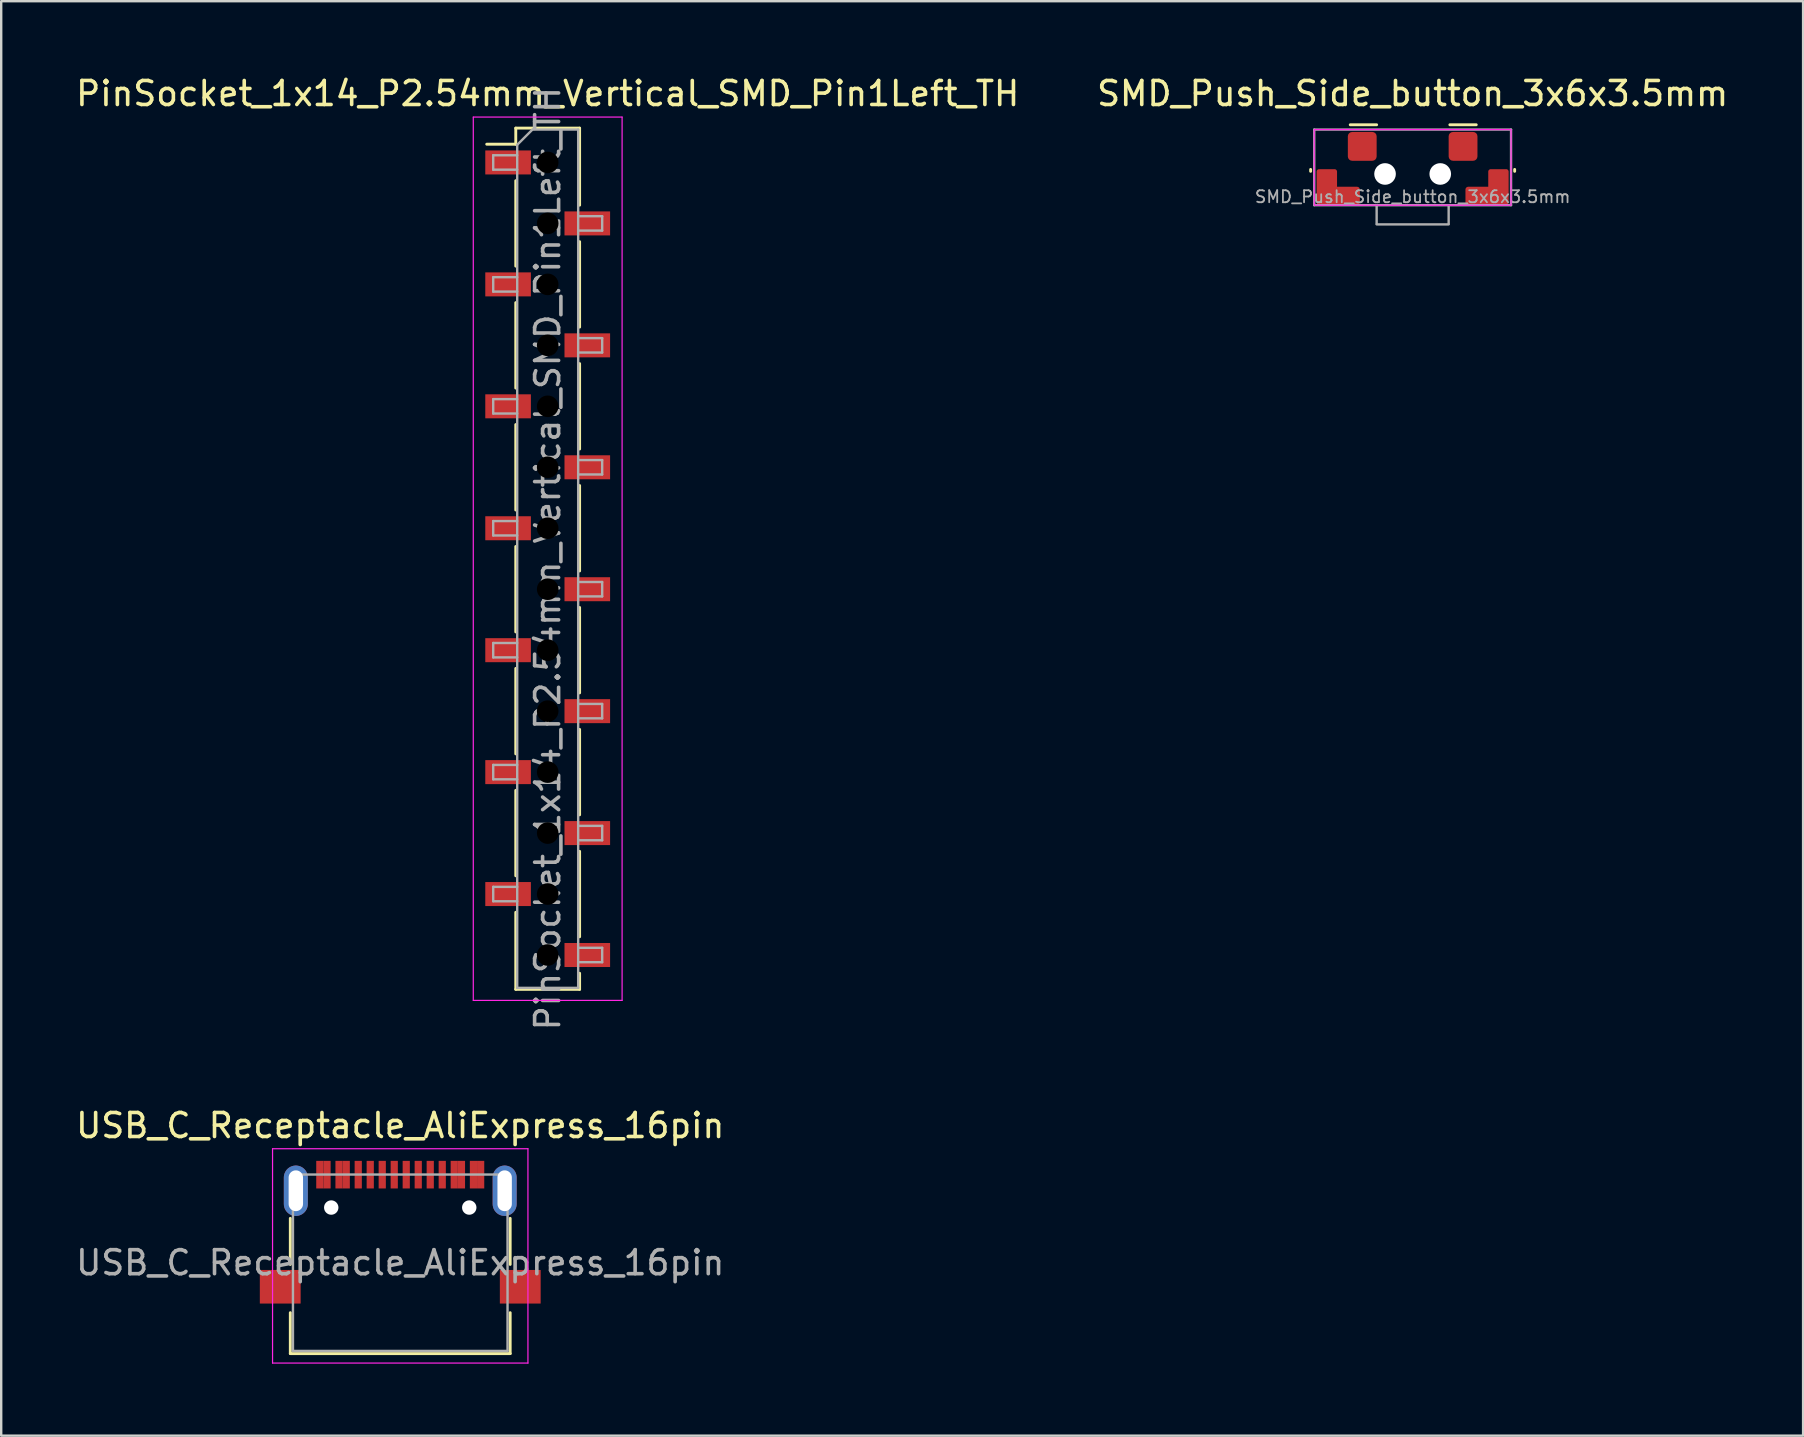
<source format=kicad_pcb>
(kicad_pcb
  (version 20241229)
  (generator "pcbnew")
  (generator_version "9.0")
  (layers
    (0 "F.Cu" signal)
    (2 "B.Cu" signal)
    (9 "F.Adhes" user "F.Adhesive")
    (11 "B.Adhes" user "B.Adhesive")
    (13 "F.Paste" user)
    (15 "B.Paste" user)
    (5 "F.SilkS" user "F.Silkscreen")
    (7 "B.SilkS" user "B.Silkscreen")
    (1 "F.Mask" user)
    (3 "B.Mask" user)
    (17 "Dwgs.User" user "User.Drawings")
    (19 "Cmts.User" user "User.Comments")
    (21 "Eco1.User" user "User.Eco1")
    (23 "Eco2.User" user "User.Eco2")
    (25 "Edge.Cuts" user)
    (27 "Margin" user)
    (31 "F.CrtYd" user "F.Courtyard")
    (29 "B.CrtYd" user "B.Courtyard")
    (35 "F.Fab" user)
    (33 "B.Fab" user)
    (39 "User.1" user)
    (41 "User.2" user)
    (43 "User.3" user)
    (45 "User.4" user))
  (footprint "USB_C_Receptacle_AliExpress_16pin"
    (layer "F.Cu")
    (at 13.625 49.559)
    (property "Reference" "USB_C_Receptacle_AliExpress_16pin" (at 0 -5.715 0) (layer "F.SilkS") (effects (font (size 1 1) (thickness 0.15))))
    (attr smd)
    (fp_line (start -4.58 -1.85) (end -4.58 0.07) (stroke (width 0.12) (type solid)) (layer "F.SilkS"))
    (fp_line (start -4.58 3.785) (end -4.58 2.08) (stroke (width 0.12) (type solid)) (layer "F.SilkS"))
    (fp_line (start 4.58 0.07) (end 4.58 -1.85) (stroke (width 0.12) (type solid)) (layer "F.SilkS"))
    (fp_line (start 4.58 2.08) (end 4.58 3.785) (stroke (width 0.12) (type solid)) (layer "F.SilkS"))
    (fp_line (start 4.58 3.785) (end -4.58 3.785) (stroke (width 0.12) (type solid)) (layer "F.SilkS"))
    (fp_line (start -5.32 -4.75) (end 5.32 -4.75) (stroke (width 0.05) (type solid)) (layer "F.CrtYd"))
    (fp_line (start -5.32 4.18) (end -5.32 -4.75) (stroke (width 0.05) (type solid)) (layer "F.CrtYd"))
    (fp_line (start 5.32 -4.75) (end 5.32 4.18) (stroke (width 0.05) (type solid)) (layer "F.CrtYd"))
    (fp_line (start 5.32 4.18) (end -5.32 4.18) (stroke (width 0.05) (type solid)) (layer "F.CrtYd"))
    (fp_line (start -4.47 -3.675) (end -4.47 3.675) (stroke (width 0.1) (type solid)) (layer "F.Fab"))
    (fp_line (start -4.47 -3.675) (end 4.47 -3.675) (stroke (width 0.1) (type solid)) (layer "F.Fab"))
    (fp_line (start -4.47 3.675) (end 4.47 3.675) (stroke (width 0.1) (type solid)) (layer "F.Fab"))
    (fp_line (start 4.47 3.675) (end 4.47 -3.675) (stroke (width 0.1) (type solid)) (layer "F.Fab"))
    (fp_text user "${REFERENCE}" (at 0 0 0) (layer "F.Fab") (effects (font (size 1 1) (thickness 0.15))))
    (pad "" np_thru_hole circle (at -2.875 -2.3) (size 0.6 0.6) (drill 0.6) (layers "*.Cu" "*.Mask"))
    (pad "" np_thru_hole circle (at 2.875 -2.3) (size 0.6 0.6) (drill 0.6) (layers "*.Cu" "*.Mask"))
    (pad "A1" smd rect (at -3.35 -3.67) (size 0.3 1.15) (layers "F.Cu" "F.Mask" "F.Paste"))
    (pad "A4" smd rect (at -2.55 -3.67) (size 0.3 1.15) (layers "F.Cu" "F.Mask" "F.Paste"))
    (pad "A5" smd rect (at -1.25 -3.67) (size 0.3 1.15) (layers "F.Cu" "F.Mask" "F.Paste"))
    (pad "A6" smd rect (at -0.25 -3.67) (size 0.3 1.15) (layers "F.Cu" "F.Mask" "F.Paste"))
    (pad "A7" smd rect (at 0.25 -3.67) (size 0.3 1.15) (layers "F.Cu" "F.Mask" "F.Paste"))
    (pad "A8" smd rect (at 1.25 -3.67) (size 0.3 1.15) (layers "F.Cu" "F.Mask" "F.Paste"))
    (pad "A9" smd rect (at 2.55 -3.67) (size 0.3 1.15) (layers "F.Cu" "F.Mask" "F.Paste"))
    (pad "A12" smd rect (at 3.35 -3.67) (size 0.3 1.15) (layers "F.Cu" "F.Mask" "F.Paste"))
    (pad "B1" smd rect (at 3.05 -3.67) (size 0.3 1.15) (layers "F.Cu" "F.Mask" "F.Paste"))
    (pad "B4" smd rect (at 2.25 -3.67) (size 0.3 1.15) (layers "F.Cu" "F.Mask" "F.Paste"))
    (pad "B5" smd rect (at 1.75 -3.67) (size 0.3 1.15) (layers "F.Cu" "F.Mask" "F.Paste"))
    (pad "B6" smd rect (at 0.75 -3.67) (size 0.3 1.15) (layers "F.Cu" "F.Mask" "F.Paste"))
    (pad "B7" smd rect (at -0.75 -3.67) (size 0.3 1.15) (layers "F.Cu" "F.Mask" "F.Paste"))
    (pad "B8" smd rect (at -1.75 -3.67) (size 0.3 1.15) (layers "F.Cu" "F.Mask" "F.Paste"))
    (pad "B9" smd rect (at -2.25 -3.67) (size 0.3 1.15) (layers "F.Cu" "F.Mask" "F.Paste"))
    (pad "B12" smd rect (at -3.05 -3.67) (size 0.3 1.15) (layers "F.Cu" "F.Mask" "F.Paste"))
    (pad "S1" smd rect (at -5 1) (size 1.7 1.4) (property pad_prop_heatsink) (layers "F.Cu" "F.Mask" "F.Paste"))
    (pad "S1" thru_hole oval (at -4.35 -3) (size 1 2.1) (drill oval 0.6 1.7) (property pad_prop_heatsink) (layers "*.Cu" "*.Mask"))
    (pad "S1" thru_hole oval (at 4.35 -3) (size 1 2.1) (drill oval 0.6 1.7) (property pad_prop_heatsink) (layers "*.Cu" "*.Mask"))
    (pad "S1" smd rect (at 5 1) (size 1.7 1.4) (property pad_prop_heatsink) (layers "F.Cu" "F.Mask" "F.Paste")))
  (footprint "PinSocket_1x14_P2.54mm_Vertical_SMD_Pin1Left_TH"
    (layer "F.Cu")
    (at 19.768 20.228)
    (property "Reference" "PinSocket_1x14_P2.54mm_Vertical_SMD_Pin1Left_TH" (at 0 -19.38 0) (layer "F.SilkS") (effects (font (size 1 1) (thickness 0.15))))
    (attr smd)
    (fp_line (start -2.54 -17.27) (end -1.33 -17.27) (stroke (width 0.12) (type solid)) (layer "F.SilkS"))
    (fp_line (start -1.33 -17.94) (end -1.33 -17.27) (stroke (width 0.12) (type solid)) (layer "F.SilkS"))
    (fp_line (start -1.33 -17.94) (end 1.33 -17.94) (stroke (width 0.12) (type solid)) (layer "F.SilkS"))
    (fp_line (start -1.33 -15.75) (end -1.33 -12.19) (stroke (width 0.12) (type solid)) (layer "F.SilkS"))
    (fp_line (start -1.33 -10.67) (end -1.33 -7.11) (stroke (width 0.12) (type solid)) (layer "F.SilkS"))
    (fp_line (start -1.33 -5.59) (end -1.33 -2.03) (stroke (width 0.12) (type solid)) (layer "F.SilkS"))
    (fp_line (start -1.33 -0.51) (end -1.33 3.05) (stroke (width 0.12) (type solid)) (layer "F.SilkS"))
    (fp_line (start -1.33 4.57) (end -1.33 8.13) (stroke (width 0.12) (type solid)) (layer "F.SilkS"))
    (fp_line (start -1.33 9.65) (end -1.33 13.21) (stroke (width 0.12) (type solid)) (layer "F.SilkS"))
    (fp_line (start -1.33 14.73) (end -1.33 17.94) (stroke (width 0.12) (type solid)) (layer "F.SilkS"))
    (fp_line (start -1.33 17.94) (end 1.33 17.94) (stroke (width 0.12) (type solid)) (layer "F.SilkS"))
    (fp_line (start 1.33 -17.94) (end 1.33 -14.73) (stroke (width 0.12) (type solid)) (layer "F.SilkS"))
    (fp_line (start 1.33 -13.21) (end 1.33 -9.65) (stroke (width 0.12) (type solid)) (layer "F.SilkS"))
    (fp_line (start 1.33 -8.13) (end 1.33 -4.57) (stroke (width 0.12) (type solid)) (layer "F.SilkS"))
    (fp_line (start 1.33 -3.05) (end 1.33 0.51) (stroke (width 0.12) (type solid)) (layer "F.SilkS"))
    (fp_line (start 1.33 2.03) (end 1.33 5.59) (stroke (width 0.12) (type solid)) (layer "F.SilkS"))
    (fp_line (start 1.33 7.11) (end 1.33 10.67) (stroke (width 0.12) (type solid)) (layer "F.SilkS"))
    (fp_line (start 1.33 12.19) (end 1.33 15.75) (stroke (width 0.12) (type solid)) (layer "F.SilkS"))
    (fp_line (start 1.33 17.27) (end 1.33 17.94) (stroke (width 0.12) (type solid)) (layer "F.SilkS"))
    (fp_line (start -3.1 -18.4) (end 3.1 -18.4) (stroke (width 0.05) (type solid)) (layer "F.CrtYd"))
    (fp_line (start -3.1 18.4) (end -3.1 -18.4) (stroke (width 0.05) (type solid)) (layer "F.CrtYd"))
    (fp_line (start 3.1 -18.4) (end 3.1 18.4) (stroke (width 0.05) (type solid)) (layer "F.CrtYd"))
    (fp_line (start 3.1 18.4) (end -3.1 18.4) (stroke (width 0.05) (type solid)) (layer "F.CrtYd"))
    (fp_line (start -2.27 -16.81) (end -1.27 -16.81) (stroke (width 0.1) (type solid)) (layer "F.Fab"))
    (fp_line (start -2.27 -16.21) (end -2.27 -16.81) (stroke (width 0.1) (type solid)) (layer "F.Fab"))
    (fp_line (start -2.27 -11.73) (end -1.27 -11.73) (stroke (width 0.1) (type solid)) (layer "F.Fab"))
    (fp_line (start -2.27 -11.13) (end -2.27 -11.73) (stroke (width 0.1) (type solid)) (layer "F.Fab"))
    (fp_line (start -2.27 -6.65) (end -1.27 -6.65) (stroke (width 0.1) (type solid)) (layer "F.Fab"))
    (fp_line (start -2.27 -6.05) (end -2.27 -6.65) (stroke (width 0.1) (type solid)) (layer "F.Fab"))
    (fp_line (start -2.27 -1.57) (end -1.27 -1.57) (stroke (width 0.1) (type solid)) (layer "F.Fab"))
    (fp_line (start -2.27 -0.97) (end -2.27 -1.57) (stroke (width 0.1) (type solid)) (layer "F.Fab"))
    (fp_line (start -2.27 3.51) (end -1.27 3.51) (stroke (width 0.1) (type solid)) (layer "F.Fab"))
    (fp_line (start -2.27 4.11) (end -2.27 3.51) (stroke (width 0.1) (type solid)) (layer "F.Fab"))
    (fp_line (start -2.27 8.59) (end -1.27 8.59) (stroke (width 0.1) (type solid)) (layer "F.Fab"))
    (fp_line (start -2.27 9.19) (end -2.27 8.59) (stroke (width 0.1) (type solid)) (layer "F.Fab"))
    (fp_line (start -2.27 13.67) (end -1.27 13.67) (stroke (width 0.1) (type solid)) (layer "F.Fab"))
    (fp_line (start -2.27 14.27) (end -2.27 13.67) (stroke (width 0.1) (type solid)) (layer "F.Fab"))
    (fp_line (start -1.27 -17.245) (end -0.635 -17.88) (stroke (width 0.1) (type solid)) (layer "F.Fab"))
    (fp_line (start -1.27 -16.21) (end -2.27 -16.21) (stroke (width 0.1) (type solid)) (layer "F.Fab"))
    (fp_line (start -1.27 -11.13) (end -2.27 -11.13) (stroke (width 0.1) (type solid)) (layer "F.Fab"))
    (fp_line (start -1.27 -6.05) (end -2.27 -6.05) (stroke (width 0.1) (type solid)) (layer "F.Fab"))
    (fp_line (start -1.27 -0.97) (end -2.27 -0.97) (stroke (width 0.1) (type solid)) (layer "F.Fab"))
    (fp_line (start -1.27 4.11) (end -2.27 4.11) (stroke (width 0.1) (type solid)) (layer "F.Fab"))
    (fp_line (start -1.27 9.19) (end -2.27 9.19) (stroke (width 0.1) (type solid)) (layer "F.Fab"))
    (fp_line (start -1.27 14.27) (end -2.27 14.27) (stroke (width 0.1) (type solid)) (layer "F.Fab"))
    (fp_line (start -1.27 17.88) (end -1.27 -17.245) (stroke (width 0.1) (type solid)) (layer "F.Fab"))
    (fp_line (start -0.635 -17.88) (end 1.27 -17.88) (stroke (width 0.1) (type solid)) (layer "F.Fab"))
    (fp_line (start 1.27 -17.88) (end 1.27 17.88) (stroke (width 0.1) (type solid)) (layer "F.Fab"))
    (fp_line (start 1.27 -14.27) (end 2.27 -14.27) (stroke (width 0.1) (type solid)) (layer "F.Fab"))
    (fp_line (start 1.27 -9.19) (end 2.27 -9.19) (stroke (width 0.1) (type solid)) (layer "F.Fab"))
    (fp_line (start 1.27 -4.11) (end 2.27 -4.11) (stroke (width 0.1) (type solid)) (layer "F.Fab"))
    (fp_line (start 1.27 0.97) (end 2.27 0.97) (stroke (width 0.1) (type solid)) (layer "F.Fab"))
    (fp_line (start 1.27 6.05) (end 2.27 6.05) (stroke (width 0.1) (type solid)) (layer "F.Fab"))
    (fp_line (start 1.27 11.13) (end 2.27 11.13) (stroke (width 0.1) (type solid)) (layer "F.Fab"))
    (fp_line (start 1.27 16.21) (end 2.27 16.21) (stroke (width 0.1) (type solid)) (layer "F.Fab"))
    (fp_line (start 1.27 17.88) (end -1.27 17.88) (stroke (width 0.1) (type solid)) (layer "F.Fab"))
    (fp_line (start 2.27 -14.27) (end 2.27 -13.67) (stroke (width 0.1) (type solid)) (layer "F.Fab"))
    (fp_line (start 2.27 -13.67) (end 1.27 -13.67) (stroke (width 0.1) (type solid)) (layer "F.Fab"))
    (fp_line (start 2.27 -9.19) (end 2.27 -8.59) (stroke (width 0.1) (type solid)) (layer "F.Fab"))
    (fp_line (start 2.27 -8.59) (end 1.27 -8.59) (stroke (width 0.1) (type solid)) (layer "F.Fab"))
    (fp_line (start 2.27 -4.11) (end 2.27 -3.51) (stroke (width 0.1) (type solid)) (layer "F.Fab"))
    (fp_line (start 2.27 -3.51) (end 1.27 -3.51) (stroke (width 0.1) (type solid)) (layer "F.Fab"))
    (fp_line (start 2.27 0.97) (end 2.27 1.57) (stroke (width 0.1) (type solid)) (layer "F.Fab"))
    (fp_line (start 2.27 1.57) (end 1.27 1.57) (stroke (width 0.1) (type solid)) (layer "F.Fab"))
    (fp_line (start 2.27 6.05) (end 2.27 6.65) (stroke (width 0.1) (type solid)) (layer "F.Fab"))
    (fp_line (start 2.27 6.65) (end 1.27 6.65) (stroke (width 0.1) (type solid)) (layer "F.Fab"))
    (fp_line (start 2.27 11.13) (end 2.27 11.73) (stroke (width 0.1) (type solid)) (layer "F.Fab"))
    (fp_line (start 2.27 11.73) (end 1.27 11.73) (stroke (width 0.1) (type solid)) (layer "F.Fab"))
    (fp_line (start 2.27 16.21) (end 2.27 16.81) (stroke (width 0.1) (type solid)) (layer "F.Fab"))
    (fp_line (start 2.27 16.81) (end 1.27 16.81) (stroke (width 0.1) (type solid)) (layer "F.Fab"))
    (fp_text user "${REFERENCE}" (at 0 0 90) (layer "F.Fab") (effects (font (size 1 1) (thickness 0.15))))
    (pad "" np_thru_hole circle (at 0 -16.51) (size 0.9 0.9) (drill 0.9) (layers "*.Mask"))
    (pad "" np_thru_hole circle (at 0 -13.97) (size 0.9 0.9) (drill 0.9) (layers "*.Mask"))
    (pad "" np_thru_hole circle (at 0 -11.43) (size 0.9 0.9) (drill 0.9) (layers "*.Mask"))
    (pad "" np_thru_hole circle (at 0 -8.89) (size 0.9 0.9) (drill 0.9) (layers "*.Mask"))
    (pad "" np_thru_hole circle (at 0 -6.35) (size 0.9 0.9) (drill 0.9) (layers "*.Mask"))
    (pad "" np_thru_hole circle (at 0 -3.81) (size 0.9 0.9) (drill 0.9) (layers "*.Mask"))
    (pad "" np_thru_hole circle (at 0 -1.27) (size 0.9 0.9) (drill 0.9) (layers "*.Mask"))
    (pad "" np_thru_hole circle (at 0 1.27) (size 0.9 0.9) (drill 0.9) (layers "*.Mask"))
    (pad "" np_thru_hole circle (at 0 3.81) (size 0.9 0.9) (drill 0.9) (layers "*.Mask"))
    (pad "" np_thru_hole circle (at 0 6.35) (size 0.9 0.9) (drill 0.9) (layers "*.Mask"))
    (pad "" np_thru_hole circle (at 0 8.89) (size 0.9 0.9) (drill 0.9) (layers "*.Mask"))
    (pad "" np_thru_hole circle (at 0 11.43) (size 0.9 0.9) (drill 0.9) (layers "*.Mask"))
    (pad "" np_thru_hole circle (at 0 13.97) (size 0.9 0.9) (drill 0.9) (layers "*.Mask"))
    (pad "" np_thru_hole circle (at 0 16.51) (size 0.9 0.9) (drill 0.9) (layers "*.Mask"))
    (pad "1" smd rect (at -1.65 -16.51) (size 1.9 1) (layers "F.Cu" "F.Mask" "F.Paste"))
    (pad "2" smd rect (at 1.65 -13.97) (size 1.9 1) (layers "F.Cu" "F.Mask" "F.Paste"))
    (pad "3" smd rect (at -1.65 -11.43) (size 1.9 1) (layers "F.Cu" "F.Mask" "F.Paste"))
    (pad "4" smd rect (at 1.65 -8.89) (size 1.9 1) (layers "F.Cu" "F.Mask" "F.Paste"))
    (pad "5" smd rect (at -1.65 -6.35) (size 1.9 1) (layers "F.Cu" "F.Mask" "F.Paste"))
    (pad "6" smd rect (at 1.65 -3.81) (size 1.9 1) (layers "F.Cu" "F.Mask" "F.Paste"))
    (pad "7" smd rect (at -1.65 -1.27) (size 1.9 1) (layers "F.Cu" "F.Mask" "F.Paste"))
    (pad "8" smd rect (at 1.65 1.27) (size 1.9 1) (layers "F.Cu" "F.Mask" "F.Paste"))
    (pad "9" smd rect (at -1.65 3.81) (size 1.9 1) (layers "F.Cu" "F.Mask" "F.Paste"))
    (pad "10" smd rect (at 1.65 6.35) (size 1.9 1) (layers "F.Cu" "F.Mask" "F.Paste"))
    (pad "11" smd rect (at -1.65 8.89) (size 1.9 1) (layers "F.Cu" "F.Mask" "F.Paste"))
    (pad "12" smd rect (at 1.65 11.43) (size 1.9 1) (layers "F.Cu" "F.Mask" "F.Paste"))
    (pad "13" smd rect (at -1.65 13.97) (size 1.9 1) (layers "F.Cu" "F.Mask" "F.Paste"))
    (pad "14" smd rect (at 1.65 16.51) (size 1.9 1) (layers "F.Cu" "F.Mask" "F.Paste")))
  (footprint "SMD_Push_Side_button_3x6x3.5mm"
    (layer "F.Cu")
    (at 55.804 3.448)
    (property "Reference" "SMD_Push_Side_button_3x6x3.5mm" (at 0 -2.6 0) (layer "F.SilkS") (effects (font (size 1 1) (thickness 0.15))))
    (attr smd)
    (fp_line (start -4.25 0.56) (end -4.25 0.64) (stroke (width 0.12) (type default)) (layer "F.SilkS"))
    (fp_line (start -2.6 -1.3) (end -1.5 -1.3) (stroke (width 0.12) (type solid)) (layer "F.SilkS"))
    (fp_line (start 1.55 -1.3) (end 2.65 -1.3) (stroke (width 0.12) (type solid)) (layer "F.SilkS"))
    (fp_line (start 4.25 0.56) (end 4.25 0.64) (stroke (width 0.12) (type default)) (layer "F.SilkS"))
    (fp_rect (start -4.1 -1.1) (end 4.1 2.05) (stroke (width 0.05) (type solid)) (fill no) (layer "F.CrtYd"))
    (fp_line (start -4.1 -1.1) (end -4.1 2.05) (stroke (width 0.1) (type solid)) (layer "F.Fab"))
    (fp_line (start -4.1 -1.1) (end 4.1 -1.1) (stroke (width 0.1) (type solid)) (layer "F.Fab"))
    (fp_line (start -4.1 2.05) (end 4.1 2.05) (stroke (width 0.1) (type solid)) (layer "F.Fab"))
    (fp_line (start -1.5 2.075) (end -1.5 2.825) (stroke (width 0.1) (type solid)) (layer "F.Fab"))
    (fp_line (start -1.5 2.85) (end 1.5 2.85) (stroke (width 0.1) (type solid)) (layer "F.Fab"))
    (fp_line (start 1.5 2.075) (end 1.5 2.825) (stroke (width 0.1) (type solid)) (layer "F.Fab"))
    (fp_line (start 4.1 -1.1) (end 4.1 2.05) (stroke (width 0.1) (type solid)) (layer "F.Fab"))
    (fp_text user "${REFERENCE}" (at 0 1.7 0) (layer "F.Fab") (effects (font (size 0.5 0.5) (thickness 0.075))))
    (pad "" np_thru_hole circle (at -1.15 0.75) (size 0.9 0.9) (drill 0.9) (layers "*.Cu" "*.Mask"))
    (pad "" np_thru_hole circle (at 1.15 0.75) (size 0.9 0.9) (drill 0.9) (layers "*.Cu" "*.Mask"))
    (pad "1" smd roundrect (at -2.1 -0.4) (size 1.2 1.2) (layers "F.Cu" "F.Mask" "F.Paste") (roundrect_rratio 0.15))
    (pad "2" smd roundrect (at 2.1 -0.4) (size 1.2 1.2) (layers "F.Cu" "F.Mask" "F.Paste") (roundrect_rratio 0.15))
    (pad "SH" smd custom (at -3.1 1.75) (size 0.5 0.5) (layers "F.Cu" "F.Mask" "F.Paste") (options (anchor circle)) (primitives (gr_poly (pts (xy 0.9 -0.352) (xy 0.891 -0.396) (xy 0.866 -0.434) (xy 0.829 -0.459) (xy 0.785 -0.467) (xy -0.785 -0.468) (xy -0.829 -0.459) (xy -0.866 -0.434) (xy -0.891 -0.396) (xy -0.9 -0.352) (xy -0.9 0.185) (xy -0.891 0.229) (xy -0.866 0.266) (xy -0.829 0.291) (xy -0.785 0.3) (xy 0.785 0.3) (xy 0.829 0.291) (xy 0.866 0.266) (xy 0.891 0.229) (xy 0.9 0.185)) (width 0) (fill yes)) (gr_rect (start -0.8 -1.1) (end -0.15 -0.168) (width 0.2) (fill yes))))
    (pad "SH" smd custom (at 3.1 1.716) (size 0.5 0.5) (layers "F.Cu" "F.Mask" "F.Paste") (options (anchor circle)) (primitives (gr_poly (pts (xy -0.9 -0.319) (xy -0.891 -0.363) (xy -0.866 -0.4) (xy -0.829 -0.425) (xy -0.785 -0.434) (xy 0.785 -0.434) (xy 0.829 -0.425) (xy 0.866 -0.4) (xy 0.891 -0.363) (xy 0.9 -0.319) (xy 0.9 0.219) (xy 0.891 0.263) (xy 0.866 0.3) (xy 0.829 0.325) (xy 0.785 0.334) (xy -0.785 0.334) (xy -0.829 0.325) (xy -0.866 0.3) (xy -0.891 0.263) (xy -0.9 0.219)) (width 0) (fill yes)) (gr_rect (start 0.15 -1.066) (end 0.8 -0.134) (width 0.2) (fill yes)))))
  (gr_rect
    (start -3 -3)
    (end 72.071 56.764)
    (stroke (width 0.1) (type default))
    (fill no)
    (layer "Edge.Cuts")))
</source>
